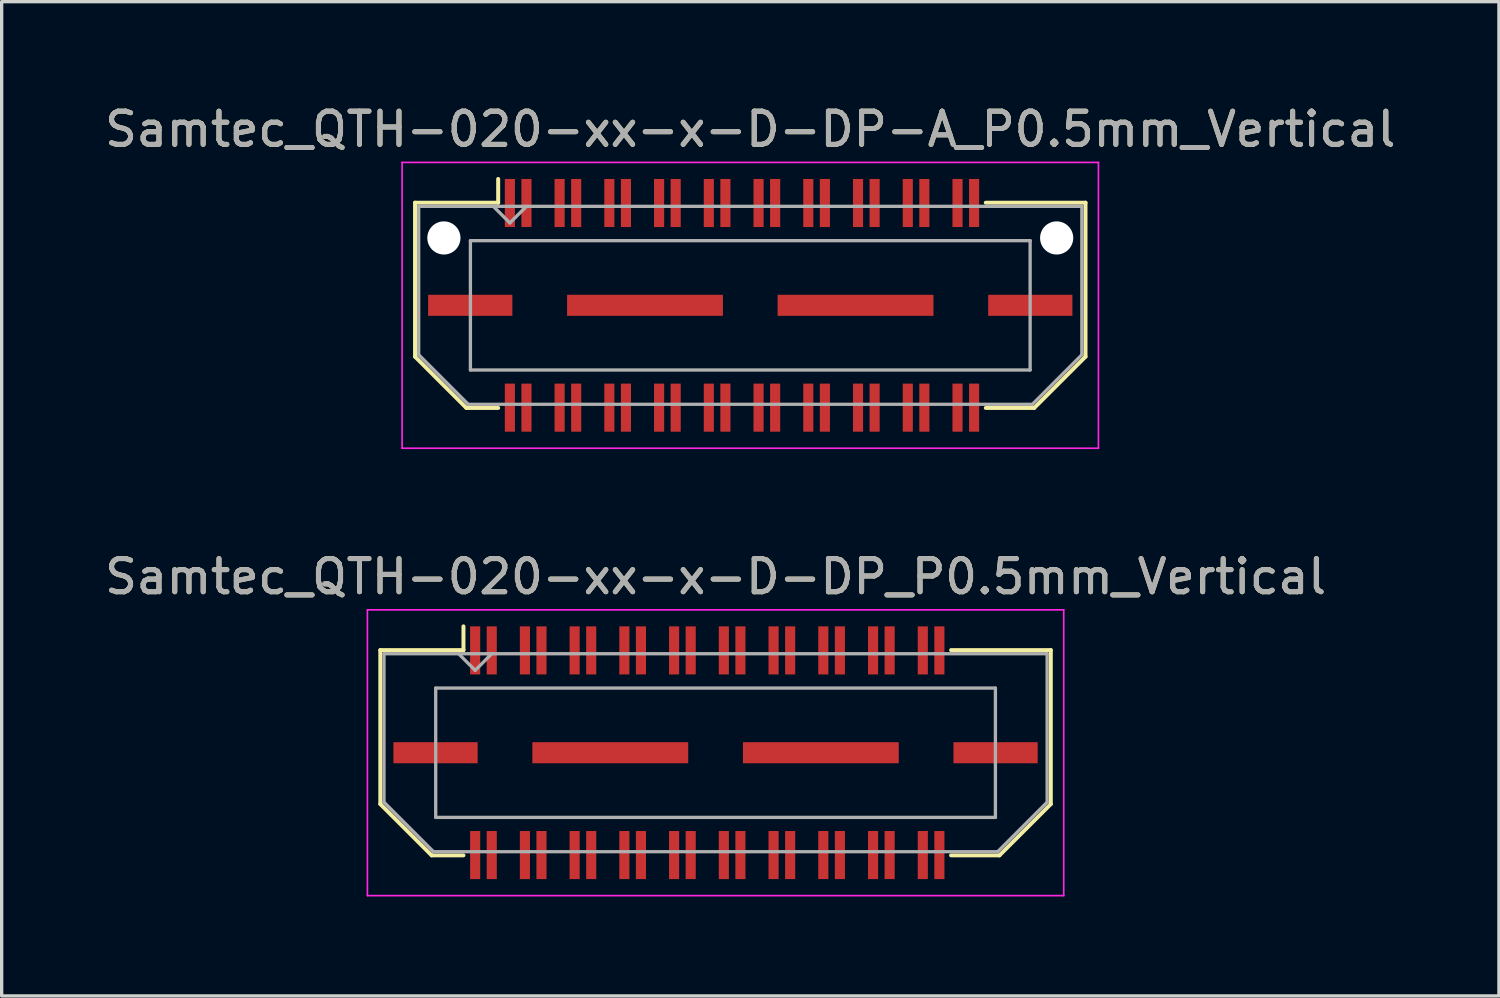
<source format=kicad_pcb>
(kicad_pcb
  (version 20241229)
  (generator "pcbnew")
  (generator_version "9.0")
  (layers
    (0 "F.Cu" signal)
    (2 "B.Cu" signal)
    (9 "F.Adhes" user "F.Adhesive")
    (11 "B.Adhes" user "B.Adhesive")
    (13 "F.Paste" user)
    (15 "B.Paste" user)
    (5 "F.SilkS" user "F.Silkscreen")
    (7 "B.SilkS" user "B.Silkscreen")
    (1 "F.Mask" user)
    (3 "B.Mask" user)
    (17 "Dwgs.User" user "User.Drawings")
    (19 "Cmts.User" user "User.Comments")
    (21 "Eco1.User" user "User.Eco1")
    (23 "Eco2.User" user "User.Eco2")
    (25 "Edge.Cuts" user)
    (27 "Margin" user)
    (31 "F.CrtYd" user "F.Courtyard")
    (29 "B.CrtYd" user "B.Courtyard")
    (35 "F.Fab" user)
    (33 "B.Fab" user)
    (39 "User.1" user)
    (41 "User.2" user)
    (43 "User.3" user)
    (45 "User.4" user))
  (footprint "Samtec_QTH-020-xx-x-D-DP_P0.5mm_Vertical"
    (layer "F.Cu")
    (at 18.53 19.651)
    (property "Reference" "Samtec_QTH-020-xx-x-D-DP_P0.5mm_Vertical" (at 0 -5.31 0) (layer "F.SilkS") (effects (font (size 1 1) (thickness 0.15))))
    (attr smd)
    (fp_line (start -10.11 -3.095) (end -10.11 1.548) (stroke (width 0.12) (type solid)) (layer "F.SilkS"))
    (fp_line (start -10.11 1.548) (end -8.562 3.095) (stroke (width 0.12) (type solid)) (layer "F.SilkS"))
    (fp_line (start -8.562 3.095) (end -7.603 3.095) (stroke (width 0.12) (type solid)) (layer "F.SilkS"))
    (fp_line (start -7.603 -3.811) (end -7.603 -3.095) (stroke (width 0.12) (type solid)) (layer "F.SilkS"))
    (fp_line (start -7.603 -3.095) (end -10.11 -3.095) (stroke (width 0.12) (type solid)) (layer "F.SilkS"))
    (fp_line (start 7.103 -3.095) (end 10.11 -3.095) (stroke (width 0.12) (type solid)) (layer "F.SilkS"))
    (fp_line (start 8.562 3.095) (end 7.103 3.095) (stroke (width 0.12) (type solid)) (layer "F.SilkS"))
    (fp_line (start 10.11 -3.095) (end 10.11 1.548) (stroke (width 0.12) (type solid)) (layer "F.SilkS"))
    (fp_line (start 10.11 1.548) (end 8.562 3.095) (stroke (width 0.12) (type solid)) (layer "F.SilkS"))
    (fp_line (start -10.5 -4.31) (end -10.5 4.31) (stroke (width 0.05) (type solid)) (layer "F.CrtYd"))
    (fp_line (start -10.5 4.31) (end 10.5 4.31) (stroke (width 0.05) (type solid)) (layer "F.CrtYd"))
    (fp_line (start 10.5 -4.31) (end -10.5 -4.31) (stroke (width 0.05) (type solid)) (layer "F.CrtYd"))
    (fp_line (start 10.5 4.31) (end 10.5 -4.31) (stroke (width 0.05) (type solid)) (layer "F.CrtYd"))
    (fp_line (start -10 -2.985) (end -10 1.492) (stroke (width 0.1) (type solid)) (layer "F.Fab"))
    (fp_line (start -10 -2.985) (end 10 -2.985) (stroke (width 0.1) (type solid)) (layer "F.Fab"))
    (fp_line (start -10 1.492) (end -8.508 2.985) (stroke (width 0.1) (type solid)) (layer "F.Fab"))
    (fp_line (start -8.508 2.985) (end 8.508 2.985) (stroke (width 0.1) (type solid)) (layer "F.Fab"))
    (fp_line (start -8.44 -1.95) (end -8.44 1.95) (stroke (width 0.1) (type solid)) (layer "F.Fab"))
    (fp_line (start -8.44 1.95) (end 8.44 1.95) (stroke (width 0.1) (type solid)) (layer "F.Fab"))
    (fp_line (start -7.25 -2.485) (end -7.75 -2.985) (stroke (width 0.1) (type solid)) (layer "F.Fab"))
    (fp_line (start -6.75 -2.985) (end -7.25 -2.485) (stroke (width 0.1) (type solid)) (layer "F.Fab"))
    (fp_line (start 8.44 -1.95) (end -8.44 -1.95) (stroke (width 0.1) (type solid)) (layer "F.Fab"))
    (fp_line (start 8.44 1.95) (end 8.44 -1.95) (stroke (width 0.1) (type solid)) (layer "F.Fab"))
    (fp_line (start 10 -2.985) (end 10 1.492) (stroke (width 0.1) (type solid)) (layer "F.Fab"))
    (fp_line (start 10 1.492) (end 8.508 2.985) (stroke (width 0.1) (type solid)) (layer "F.Fab"))
    (fp_text user "${REFERENCE}" (at 0 -5.31 0) (layer "F.Fab") (effects (font (size 1 1) (thickness 0.15))))
    (pad "1" smd rect (at -7.25 -3.086) (size 0.305 1.45) (layers "F.Cu" "F.Mask" "F.Paste"))
    (pad "2" smd rect (at -7.25 3.086) (size 0.305 1.45) (layers "F.Cu" "F.Mask" "F.Paste"))
    (pad "3" smd rect (at -6.75 -3.086) (size 0.305 1.45) (layers "F.Cu" "F.Mask" "F.Paste"))
    (pad "4" smd rect (at -6.75 3.086) (size 0.305 1.45) (layers "F.Cu" "F.Mask" "F.Paste"))
    (pad "5" smd rect (at -5.75 -3.086) (size 0.305 1.45) (layers "F.Cu" "F.Mask" "F.Paste"))
    (pad "6" smd rect (at -5.75 3.086) (size 0.305 1.45) (layers "F.Cu" "F.Mask" "F.Paste"))
    (pad "7" smd rect (at -5.25 -3.086) (size 0.305 1.45) (layers "F.Cu" "F.Mask" "F.Paste"))
    (pad "8" smd rect (at -5.25 3.086) (size 0.305 1.45) (layers "F.Cu" "F.Mask" "F.Paste"))
    (pad "9" smd rect (at -4.25 -3.086) (size 0.305 1.45) (layers "F.Cu" "F.Mask" "F.Paste"))
    (pad "10" smd rect (at -4.25 3.086) (size 0.305 1.45) (layers "F.Cu" "F.Mask" "F.Paste"))
    (pad "11" smd rect (at -3.75 -3.086) (size 0.305 1.45) (layers "F.Cu" "F.Mask" "F.Paste"))
    (pad "12" smd rect (at -3.75 3.086) (size 0.305 1.45) (layers "F.Cu" "F.Mask" "F.Paste"))
    (pad "13" smd rect (at -2.75 -3.086) (size 0.305 1.45) (layers "F.Cu" "F.Mask" "F.Paste"))
    (pad "14" smd rect (at -2.75 3.086) (size 0.305 1.45) (layers "F.Cu" "F.Mask" "F.Paste"))
    (pad "15" smd rect (at -2.25 -3.086) (size 0.305 1.45) (layers "F.Cu" "F.Mask" "F.Paste"))
    (pad "16" smd rect (at -2.25 3.086) (size 0.305 1.45) (layers "F.Cu" "F.Mask" "F.Paste"))
    (pad "17" smd rect (at -1.25 -3.086) (size 0.305 1.45) (layers "F.Cu" "F.Mask" "F.Paste"))
    (pad "18" smd rect (at -1.25 3.086) (size 0.305 1.45) (layers "F.Cu" "F.Mask" "F.Paste"))
    (pad "19" smd rect (at -0.75 -3.086) (size 0.305 1.45) (layers "F.Cu" "F.Mask" "F.Paste"))
    (pad "20" smd rect (at -0.75 3.086) (size 0.305 1.45) (layers "F.Cu" "F.Mask" "F.Paste"))
    (pad "21" smd rect (at 0.25 -3.086) (size 0.305 1.45) (layers "F.Cu" "F.Mask" "F.Paste"))
    (pad "22" smd rect (at 0.25 3.086) (size 0.305 1.45) (layers "F.Cu" "F.Mask" "F.Paste"))
    (pad "23" smd rect (at 0.75 -3.086) (size 0.305 1.45) (layers "F.Cu" "F.Mask" "F.Paste"))
    (pad "24" smd rect (at 0.75 3.086) (size 0.305 1.45) (layers "F.Cu" "F.Mask" "F.Paste"))
    (pad "25" smd rect (at 1.75 -3.086) (size 0.305 1.45) (layers "F.Cu" "F.Mask" "F.Paste"))
    (pad "26" smd rect (at 1.75 3.086) (size 0.305 1.45) (layers "F.Cu" "F.Mask" "F.Paste"))
    (pad "27" smd rect (at 2.25 -3.086) (size 0.305 1.45) (layers "F.Cu" "F.Mask" "F.Paste"))
    (pad "28" smd rect (at 2.25 3.086) (size 0.305 1.45) (layers "F.Cu" "F.Mask" "F.Paste"))
    (pad "29" smd rect (at 3.25 -3.086) (size 0.305 1.45) (layers "F.Cu" "F.Mask" "F.Paste"))
    (pad "30" smd rect (at 3.25 3.086) (size 0.305 1.45) (layers "F.Cu" "F.Mask" "F.Paste"))
    (pad "31" smd rect (at 3.75 -3.086) (size 0.305 1.45) (layers "F.Cu" "F.Mask" "F.Paste"))
    (pad "32" smd rect (at 3.75 3.086) (size 0.305 1.45) (layers "F.Cu" "F.Mask" "F.Paste"))
    (pad "33" smd rect (at 4.75 -3.086) (size 0.305 1.45) (layers "F.Cu" "F.Mask" "F.Paste"))
    (pad "34" smd rect (at 4.75 3.086) (size 0.305 1.45) (layers "F.Cu" "F.Mask" "F.Paste"))
    (pad "35" smd rect (at 5.25 -3.086) (size 0.305 1.45) (layers "F.Cu" "F.Mask" "F.Paste"))
    (pad "36" smd rect (at 5.25 3.086) (size 0.305 1.45) (layers "F.Cu" "F.Mask" "F.Paste"))
    (pad "37" smd rect (at 6.25 -3.086) (size 0.305 1.45) (layers "F.Cu" "F.Mask" "F.Paste"))
    (pad "38" smd rect (at 6.25 3.086) (size 0.305 1.45) (layers "F.Cu" "F.Mask" "F.Paste"))
    (pad "39" smd rect (at 6.75 -3.086) (size 0.305 1.45) (layers "F.Cu" "F.Mask" "F.Paste"))
    (pad "40" smd rect (at 6.75 3.086) (size 0.305 1.45) (layers "F.Cu" "F.Mask" "F.Paste"))
    (pad "P1" smd rect (at -8.445 0) (size 2.54 0.635) (layers "F.Cu" "F.Mask" "F.Paste"))
    (pad "P1" smd rect (at -3.175 0) (size 4.7 0.635) (layers "F.Cu" "F.Mask" "F.Paste"))
    (pad "P1" smd rect (at 3.175 0) (size 4.7 0.635) (layers "F.Cu" "F.Mask" "F.Paste"))
    (pad "P1" smd rect (at 8.445 0) (size 2.54 0.635) (layers "F.Cu" "F.Mask" "F.Paste")))
  (footprint "Samtec_QTH-020-xx-x-D-DP-A_P0.5mm_Vertical"
    (layer "F.Cu")
    (at 19.577 6.158)
    (property "Reference" "Samtec_QTH-020-xx-x-D-DP-A_P0.5mm_Vertical" (at 0 -5.31 0) (layer "F.SilkS") (effects (font (size 1 1) (thickness 0.15))))
    (attr smd)
    (fp_line (start -10.11 -3.095) (end -10.11 1.548) (stroke (width 0.12) (type solid)) (layer "F.SilkS"))
    (fp_line (start -10.11 1.548) (end -8.562 3.095) (stroke (width 0.12) (type solid)) (layer "F.SilkS"))
    (fp_line (start -8.562 3.095) (end -7.603 3.095) (stroke (width 0.12) (type solid)) (layer "F.SilkS"))
    (fp_line (start -7.603 -3.811) (end -7.603 -3.095) (stroke (width 0.12) (type solid)) (layer "F.SilkS"))
    (fp_line (start -7.603 -3.095) (end -10.11 -3.095) (stroke (width 0.12) (type solid)) (layer "F.SilkS"))
    (fp_line (start 7.103 -3.095) (end 10.11 -3.095) (stroke (width 0.12) (type solid)) (layer "F.SilkS"))
    (fp_line (start 8.562 3.095) (end 7.103 3.095) (stroke (width 0.12) (type solid)) (layer "F.SilkS"))
    (fp_line (start 10.11 -3.095) (end 10.11 1.548) (stroke (width 0.12) (type solid)) (layer "F.SilkS"))
    (fp_line (start 10.11 1.548) (end 8.562 3.095) (stroke (width 0.12) (type solid)) (layer "F.SilkS"))
    (fp_line (start -10.5 -4.31) (end -10.5 4.31) (stroke (width 0.05) (type solid)) (layer "F.CrtYd"))
    (fp_line (start -10.5 4.31) (end 10.5 4.31) (stroke (width 0.05) (type solid)) (layer "F.CrtYd"))
    (fp_line (start 10.5 -4.31) (end -10.5 -4.31) (stroke (width 0.05) (type solid)) (layer "F.CrtYd"))
    (fp_line (start 10.5 4.31) (end 10.5 -4.31) (stroke (width 0.05) (type solid)) (layer "F.CrtYd"))
    (fp_line (start -10 -2.985) (end -10 1.492) (stroke (width 0.1) (type solid)) (layer "F.Fab"))
    (fp_line (start -10 -2.985) (end 10 -2.985) (stroke (width 0.1) (type solid)) (layer "F.Fab"))
    (fp_line (start -10 1.492) (end -8.508 2.985) (stroke (width 0.1) (type solid)) (layer "F.Fab"))
    (fp_line (start -8.508 2.985) (end 8.508 2.985) (stroke (width 0.1) (type solid)) (layer "F.Fab"))
    (fp_line (start -8.44 -1.95) (end -8.44 1.95) (stroke (width 0.1) (type solid)) (layer "F.Fab"))
    (fp_line (start -8.44 1.95) (end 8.44 1.95) (stroke (width 0.1) (type solid)) (layer "F.Fab"))
    (fp_line (start -7.25 -2.485) (end -7.75 -2.985) (stroke (width 0.1) (type solid)) (layer "F.Fab"))
    (fp_line (start -6.75 -2.985) (end -7.25 -2.485) (stroke (width 0.1) (type solid)) (layer "F.Fab"))
    (fp_line (start 8.44 -1.95) (end -8.44 -1.95) (stroke (width 0.1) (type solid)) (layer "F.Fab"))
    (fp_line (start 8.44 1.95) (end 8.44 -1.95) (stroke (width 0.1) (type solid)) (layer "F.Fab"))
    (fp_line (start 10 -2.985) (end 10 1.492) (stroke (width 0.1) (type solid)) (layer "F.Fab"))
    (fp_line (start 10 1.492) (end 8.508 2.985) (stroke (width 0.1) (type solid)) (layer "F.Fab"))
    (fp_text user "${REFERENCE}" (at 0 -5.31 0) (layer "F.Fab") (effects (font (size 1 1) (thickness 0.15))))
    (pad "" np_thru_hole circle (at -9.24 -2.032) (size 1 1) (drill 1) (layers "*.Cu" "*.Mask"))
    (pad "" np_thru_hole circle (at 9.24 -2.032) (size 1 1) (drill 1) (layers "*.Cu" "*.Mask"))
    (pad "1" smd rect (at -7.25 -3.086) (size 0.305 1.45) (layers "F.Cu" "F.Mask" "F.Paste"))
    (pad "2" smd rect (at -7.25 3.086) (size 0.305 1.45) (layers "F.Cu" "F.Mask" "F.Paste"))
    (pad "3" smd rect (at -6.75 -3.086) (size 0.305 1.45) (layers "F.Cu" "F.Mask" "F.Paste"))
    (pad "4" smd rect (at -6.75 3.086) (size 0.305 1.45) (layers "F.Cu" "F.Mask" "F.Paste"))
    (pad "5" smd rect (at -5.75 -3.086) (size 0.305 1.45) (layers "F.Cu" "F.Mask" "F.Paste"))
    (pad "6" smd rect (at -5.75 3.086) (size 0.305 1.45) (layers "F.Cu" "F.Mask" "F.Paste"))
    (pad "7" smd rect (at -5.25 -3.086) (size 0.305 1.45) (layers "F.Cu" "F.Mask" "F.Paste"))
    (pad "8" smd rect (at -5.25 3.086) (size 0.305 1.45) (layers "F.Cu" "F.Mask" "F.Paste"))
    (pad "9" smd rect (at -4.25 -3.086) (size 0.305 1.45) (layers "F.Cu" "F.Mask" "F.Paste"))
    (pad "10" smd rect (at -4.25 3.086) (size 0.305 1.45) (layers "F.Cu" "F.Mask" "F.Paste"))
    (pad "11" smd rect (at -3.75 -3.086) (size 0.305 1.45) (layers "F.Cu" "F.Mask" "F.Paste"))
    (pad "12" smd rect (at -3.75 3.086) (size 0.305 1.45) (layers "F.Cu" "F.Mask" "F.Paste"))
    (pad "13" smd rect (at -2.75 -3.086) (size 0.305 1.45) (layers "F.Cu" "F.Mask" "F.Paste"))
    (pad "14" smd rect (at -2.75 3.086) (size 0.305 1.45) (layers "F.Cu" "F.Mask" "F.Paste"))
    (pad "15" smd rect (at -2.25 -3.086) (size 0.305 1.45) (layers "F.Cu" "F.Mask" "F.Paste"))
    (pad "16" smd rect (at -2.25 3.086) (size 0.305 1.45) (layers "F.Cu" "F.Mask" "F.Paste"))
    (pad "17" smd rect (at -1.25 -3.086) (size 0.305 1.45) (layers "F.Cu" "F.Mask" "F.Paste"))
    (pad "18" smd rect (at -1.25 3.086) (size 0.305 1.45) (layers "F.Cu" "F.Mask" "F.Paste"))
    (pad "19" smd rect (at -0.75 -3.086) (size 0.305 1.45) (layers "F.Cu" "F.Mask" "F.Paste"))
    (pad "20" smd rect (at -0.75 3.086) (size 0.305 1.45) (layers "F.Cu" "F.Mask" "F.Paste"))
    (pad "21" smd rect (at 0.25 -3.086) (size 0.305 1.45) (layers "F.Cu" "F.Mask" "F.Paste"))
    (pad "22" smd rect (at 0.25 3.086) (size 0.305 1.45) (layers "F.Cu" "F.Mask" "F.Paste"))
    (pad "23" smd rect (at 0.75 -3.086) (size 0.305 1.45) (layers "F.Cu" "F.Mask" "F.Paste"))
    (pad "24" smd rect (at 0.75 3.086) (size 0.305 1.45) (layers "F.Cu" "F.Mask" "F.Paste"))
    (pad "25" smd rect (at 1.75 -3.086) (size 0.305 1.45) (layers "F.Cu" "F.Mask" "F.Paste"))
    (pad "26" smd rect (at 1.75 3.086) (size 0.305 1.45) (layers "F.Cu" "F.Mask" "F.Paste"))
    (pad "27" smd rect (at 2.25 -3.086) (size 0.305 1.45) (layers "F.Cu" "F.Mask" "F.Paste"))
    (pad "28" smd rect (at 2.25 3.086) (size 0.305 1.45) (layers "F.Cu" "F.Mask" "F.Paste"))
    (pad "29" smd rect (at 3.25 -3.086) (size 0.305 1.45) (layers "F.Cu" "F.Mask" "F.Paste"))
    (pad "30" smd rect (at 3.25 3.086) (size 0.305 1.45) (layers "F.Cu" "F.Mask" "F.Paste"))
    (pad "31" smd rect (at 3.75 -3.086) (size 0.305 1.45) (layers "F.Cu" "F.Mask" "F.Paste"))
    (pad "32" smd rect (at 3.75 3.086) (size 0.305 1.45) (layers "F.Cu" "F.Mask" "F.Paste"))
    (pad "33" smd rect (at 4.75 -3.086) (size 0.305 1.45) (layers "F.Cu" "F.Mask" "F.Paste"))
    (pad "34" smd rect (at 4.75 3.086) (size 0.305 1.45) (layers "F.Cu" "F.Mask" "F.Paste"))
    (pad "35" smd rect (at 5.25 -3.086) (size 0.305 1.45) (layers "F.Cu" "F.Mask" "F.Paste"))
    (pad "36" smd rect (at 5.25 3.086) (size 0.305 1.45) (layers "F.Cu" "F.Mask" "F.Paste"))
    (pad "37" smd rect (at 6.25 -3.086) (size 0.305 1.45) (layers "F.Cu" "F.Mask" "F.Paste"))
    (pad "38" smd rect (at 6.25 3.086) (size 0.305 1.45) (layers "F.Cu" "F.Mask" "F.Paste"))
    (pad "39" smd rect (at 6.75 -3.086) (size 0.305 1.45) (layers "F.Cu" "F.Mask" "F.Paste"))
    (pad "40" smd rect (at 6.75 3.086) (size 0.305 1.45) (layers "F.Cu" "F.Mask" "F.Paste"))
    (pad "P1" smd rect (at -8.445 0) (size 2.54 0.635) (layers "F.Cu" "F.Mask" "F.Paste"))
    (pad "P1" smd rect (at -3.175 0) (size 4.7 0.635) (layers "F.Cu" "F.Mask" "F.Paste"))
    (pad "P1" smd rect (at 3.175 0) (size 4.7 0.635) (layers "F.Cu" "F.Mask" "F.Paste"))
    (pad "P1" smd rect (at 8.445 0) (size 2.54 0.635) (layers "F.Cu" "F.Mask" "F.Paste")))
  (gr_rect
    (start -3 -3)
    (end 42.155 26.986)
    (stroke (width 0.1) (type default))
    (fill no)
    (layer "Edge.Cuts")))
</source>
